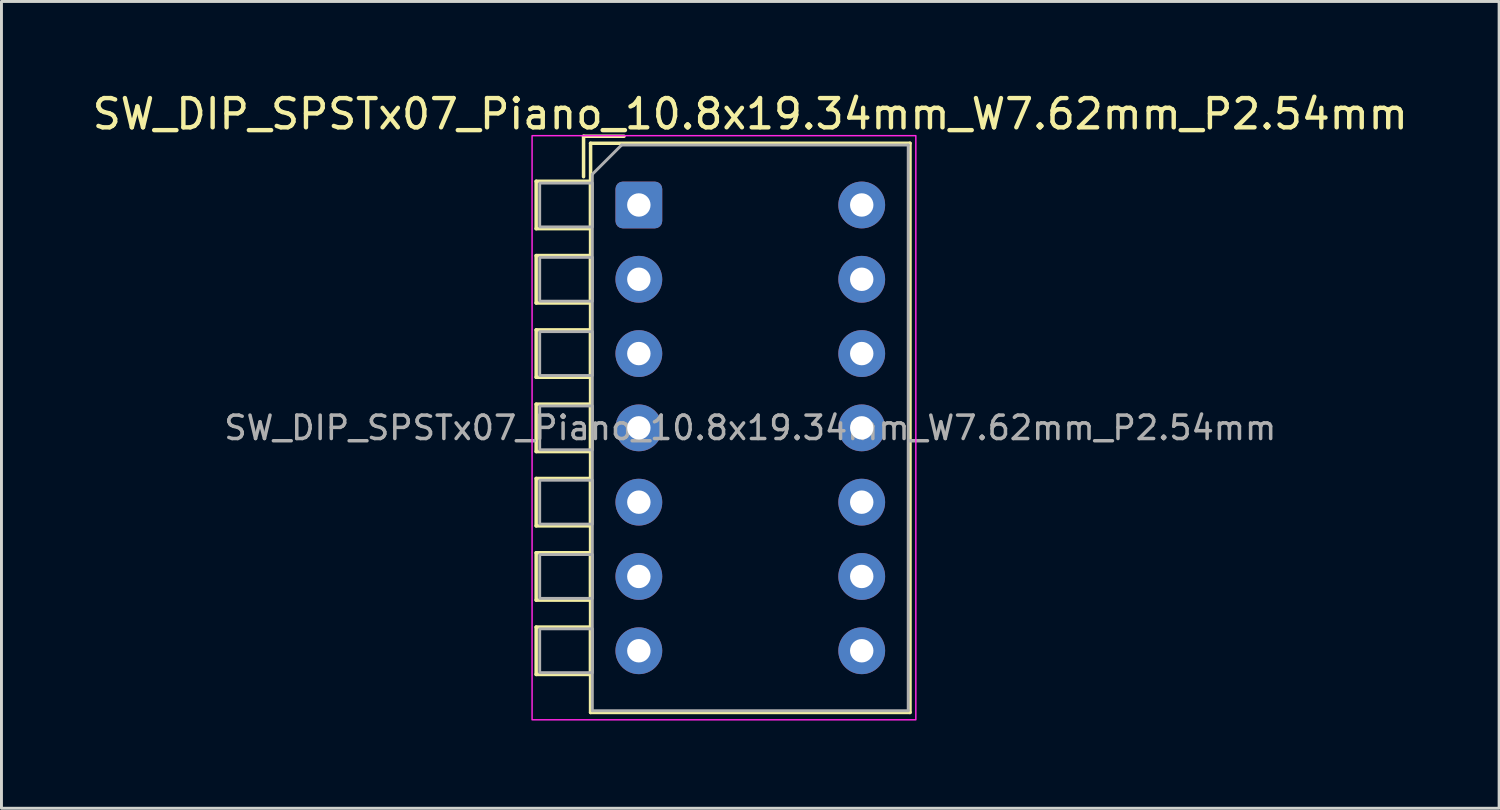
<source format=kicad_pcb>
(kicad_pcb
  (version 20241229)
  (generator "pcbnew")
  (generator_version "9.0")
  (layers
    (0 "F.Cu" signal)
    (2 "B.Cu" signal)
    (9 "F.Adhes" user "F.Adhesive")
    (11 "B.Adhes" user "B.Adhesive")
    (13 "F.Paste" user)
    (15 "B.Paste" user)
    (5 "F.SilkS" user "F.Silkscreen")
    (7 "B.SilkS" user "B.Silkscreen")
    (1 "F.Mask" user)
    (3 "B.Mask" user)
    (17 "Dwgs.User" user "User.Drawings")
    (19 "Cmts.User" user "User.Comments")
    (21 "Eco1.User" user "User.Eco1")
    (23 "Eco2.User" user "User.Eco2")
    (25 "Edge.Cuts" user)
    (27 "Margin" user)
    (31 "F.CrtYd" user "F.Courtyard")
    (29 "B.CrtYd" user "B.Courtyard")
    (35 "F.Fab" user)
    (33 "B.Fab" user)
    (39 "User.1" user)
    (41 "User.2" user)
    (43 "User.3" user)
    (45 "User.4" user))
  (footprint "SW_DIP_SPSTx07_Piano_10.8x19.34mm_W7.62mm_P2.54mm"
    (layer "F.Cu")
    (at 18.791 3.958)
    (property "Reference" "SW_DIP_SPSTx07_Piano_10.8x19.34mm_W7.62mm_P2.54mm" (at 3.81 -3.11 0) (layer "F.SilkS") (effects (font (size 1 1) (thickness 0.15))))
    (attr through_hole)
    (fp_line (start -3.51 -0.81) (end -1.65 -0.81) (stroke (width 0.12) (type solid)) (layer "F.SilkS"))
    (fp_line (start -3.51 0.81) (end -3.51 -0.81) (stroke (width 0.12) (type solid)) (layer "F.SilkS"))
    (fp_line (start -3.51 1.73) (end -1.65 1.73) (stroke (width 0.12) (type solid)) (layer "F.SilkS"))
    (fp_line (start -3.51 3.35) (end -3.51 1.73) (stroke (width 0.12) (type solid)) (layer "F.SilkS"))
    (fp_line (start -3.51 4.27) (end -1.65 4.27) (stroke (width 0.12) (type solid)) (layer "F.SilkS"))
    (fp_line (start -3.51 5.89) (end -3.51 4.27) (stroke (width 0.12) (type solid)) (layer "F.SilkS"))
    (fp_line (start -3.51 6.81) (end -1.65 6.81) (stroke (width 0.12) (type solid)) (layer "F.SilkS"))
    (fp_line (start -3.51 8.43) (end -3.51 6.81) (stroke (width 0.12) (type solid)) (layer "F.SilkS"))
    (fp_line (start -3.51 9.35) (end -1.65 9.35) (stroke (width 0.12) (type solid)) (layer "F.SilkS"))
    (fp_line (start -3.51 10.97) (end -3.51 9.35) (stroke (width 0.12) (type solid)) (layer "F.SilkS"))
    (fp_line (start -3.51 11.89) (end -1.65 11.89) (stroke (width 0.12) (type solid)) (layer "F.SilkS"))
    (fp_line (start -3.51 13.51) (end -3.51 11.89) (stroke (width 0.12) (type solid)) (layer "F.SilkS"))
    (fp_line (start -3.51 14.43) (end -1.65 14.43) (stroke (width 0.12) (type solid)) (layer "F.SilkS"))
    (fp_line (start -3.51 16.05) (end -3.51 14.43) (stroke (width 0.12) (type solid)) (layer "F.SilkS"))
    (fp_line (start -1.89 -2.35) (end -1.89 -0.967) (stroke (width 0.12) (type solid)) (layer "F.SilkS"))
    (fp_line (start -1.89 -2.35) (end -0.507 -2.35) (stroke (width 0.12) (type solid)) (layer "F.SilkS"))
    (fp_line (start -1.65 -2.11) (end -1.65 17.35) (stroke (width 0.12) (type solid)) (layer "F.SilkS"))
    (fp_line (start -1.65 -2.11) (end 9.27 -2.11) (stroke (width 0.12) (type solid)) (layer "F.SilkS"))
    (fp_line (start -1.65 -0.81) (end -1.65 0.81) (stroke (width 0.12) (type solid)) (layer "F.SilkS"))
    (fp_line (start -1.65 0.81) (end -3.51 0.81) (stroke (width 0.12) (type solid)) (layer "F.SilkS"))
    (fp_line (start -1.65 1.73) (end -1.65 3.35) (stroke (width 0.12) (type solid)) (layer "F.SilkS"))
    (fp_line (start -1.65 3.35) (end -3.51 3.35) (stroke (width 0.12) (type solid)) (layer "F.SilkS"))
    (fp_line (start -1.65 4.27) (end -1.65 5.89) (stroke (width 0.12) (type solid)) (layer "F.SilkS"))
    (fp_line (start -1.65 5.89) (end -3.51 5.89) (stroke (width 0.12) (type solid)) (layer "F.SilkS"))
    (fp_line (start -1.65 6.81) (end -1.65 8.43) (stroke (width 0.12) (type solid)) (layer "F.SilkS"))
    (fp_line (start -1.65 8.43) (end -3.51 8.43) (stroke (width 0.12) (type solid)) (layer "F.SilkS"))
    (fp_line (start -1.65 9.35) (end -1.65 10.97) (stroke (width 0.12) (type solid)) (layer "F.SilkS"))
    (fp_line (start -1.65 10.97) (end -3.51 10.97) (stroke (width 0.12) (type solid)) (layer "F.SilkS"))
    (fp_line (start -1.65 11.89) (end -1.65 13.51) (stroke (width 0.12) (type solid)) (layer "F.SilkS"))
    (fp_line (start -1.65 13.51) (end -3.51 13.51) (stroke (width 0.12) (type solid)) (layer "F.SilkS"))
    (fp_line (start -1.65 14.43) (end -1.65 16.05) (stroke (width 0.12) (type solid)) (layer "F.SilkS"))
    (fp_line (start -1.65 16.05) (end -3.51 16.05) (stroke (width 0.12) (type solid)) (layer "F.SilkS"))
    (fp_line (start -1.65 17.35) (end 9.27 17.35) (stroke (width 0.12) (type solid)) (layer "F.SilkS"))
    (fp_line (start 9.27 -2.11) (end 9.27 17.35) (stroke (width 0.12) (type solid)) (layer "F.SilkS"))
    (fp_rect (start -3.65 -2.37) (end 9.47 17.6) (stroke (width 0.05) (type solid)) (fill no) (layer "F.CrtYd"))
    (fp_line (start -1.59 -1.05) (end -0.59 -2.05) (stroke (width 0.1) (type solid)) (layer "F.Fab"))
    (fp_line (start -1.59 17.29) (end -1.59 -1.05) (stroke (width 0.1) (type solid)) (layer "F.Fab"))
    (fp_line (start -0.59 -2.05) (end 9.21 -2.05) (stroke (width 0.1) (type solid)) (layer "F.Fab"))
    (fp_line (start 9.21 -2.05) (end 9.21 17.29) (stroke (width 0.1) (type solid)) (layer "F.Fab"))
    (fp_line (start 9.21 17.29) (end -1.59 17.29) (stroke (width 0.1) (type solid)) (layer "F.Fab"))
    (fp_rect (start -3.39 -0.75) (end -1.59 0.75) (stroke (width 0.1) (type solid)) (fill no) (layer "F.Fab"))
    (fp_rect (start -3.39 1.79) (end -1.59 3.29) (stroke (width 0.1) (type solid)) (fill no) (layer "F.Fab"))
    (fp_rect (start -3.39 4.33) (end -1.59 5.83) (stroke (width 0.1) (type solid)) (fill no) (layer "F.Fab"))
    (fp_rect (start -3.39 6.87) (end -1.59 8.37) (stroke (width 0.1) (type solid)) (fill no) (layer "F.Fab"))
    (fp_rect (start -3.39 9.41) (end -1.59 10.91) (stroke (width 0.1) (type solid)) (fill no) (layer "F.Fab"))
    (fp_rect (start -3.39 11.95) (end -1.59 13.45) (stroke (width 0.1) (type solid)) (fill no) (layer "F.Fab"))
    (fp_rect (start -3.39 14.49) (end -1.59 15.99) (stroke (width 0.1) (type solid)) (fill no) (layer "F.Fab"))
    (fp_text user "${REFERENCE}" (at 3.81 7.62 0) (layer "F.Fab") (effects (font (size 0.8 0.8) (thickness 0.12))))
    (pad "1" thru_hole roundrect (at 0 0) (size 1.6 1.6) (drill 0.8) (layers "*.Cu" "*.Mask") (roundrect_rratio 0.156))
    (pad "2" thru_hole circle (at 0 2.54) (size 1.6 1.6) (drill 0.8) (layers "*.Cu" "*.Mask"))
    (pad "3" thru_hole circle (at 0 5.08) (size 1.6 1.6) (drill 0.8) (layers "*.Cu" "*.Mask"))
    (pad "4" thru_hole circle (at 0 7.62) (size 1.6 1.6) (drill 0.8) (layers "*.Cu" "*.Mask"))
    (pad "5" thru_hole circle (at 0 10.16) (size 1.6 1.6) (drill 0.8) (layers "*.Cu" "*.Mask"))
    (pad "6" thru_hole circle (at 0 12.7) (size 1.6 1.6) (drill 0.8) (layers "*.Cu" "*.Mask"))
    (pad "7" thru_hole circle (at 0 15.24) (size 1.6 1.6) (drill 0.8) (layers "*.Cu" "*.Mask"))
    (pad "8" thru_hole circle (at 7.62 15.24) (size 1.6 1.6) (drill 0.8) (layers "*.Cu" "*.Mask"))
    (pad "9" thru_hole circle (at 7.62 12.7) (size 1.6 1.6) (drill 0.8) (layers "*.Cu" "*.Mask"))
    (pad "10" thru_hole circle (at 7.62 10.16) (size 1.6 1.6) (drill 0.8) (layers "*.Cu" "*.Mask"))
    (pad "11" thru_hole circle (at 7.62 7.62) (size 1.6 1.6) (drill 0.8) (layers "*.Cu" "*.Mask"))
    (pad "12" thru_hole circle (at 7.62 5.08) (size 1.6 1.6) (drill 0.8) (layers "*.Cu" "*.Mask"))
    (pad "13" thru_hole circle (at 7.62 2.54) (size 1.6 1.6) (drill 0.8) (layers "*.Cu" "*.Mask"))
    (pad "14" thru_hole circle (at 7.62 0) (size 1.6 1.6) (drill 0.8) (layers "*.Cu" "*.Mask")))
  (gr_rect
    (start -3 -3)
    (end 48.202 24.583)
    (stroke (width 0.1) (type default))
    (fill no)
    (layer "Edge.Cuts")))
</source>
